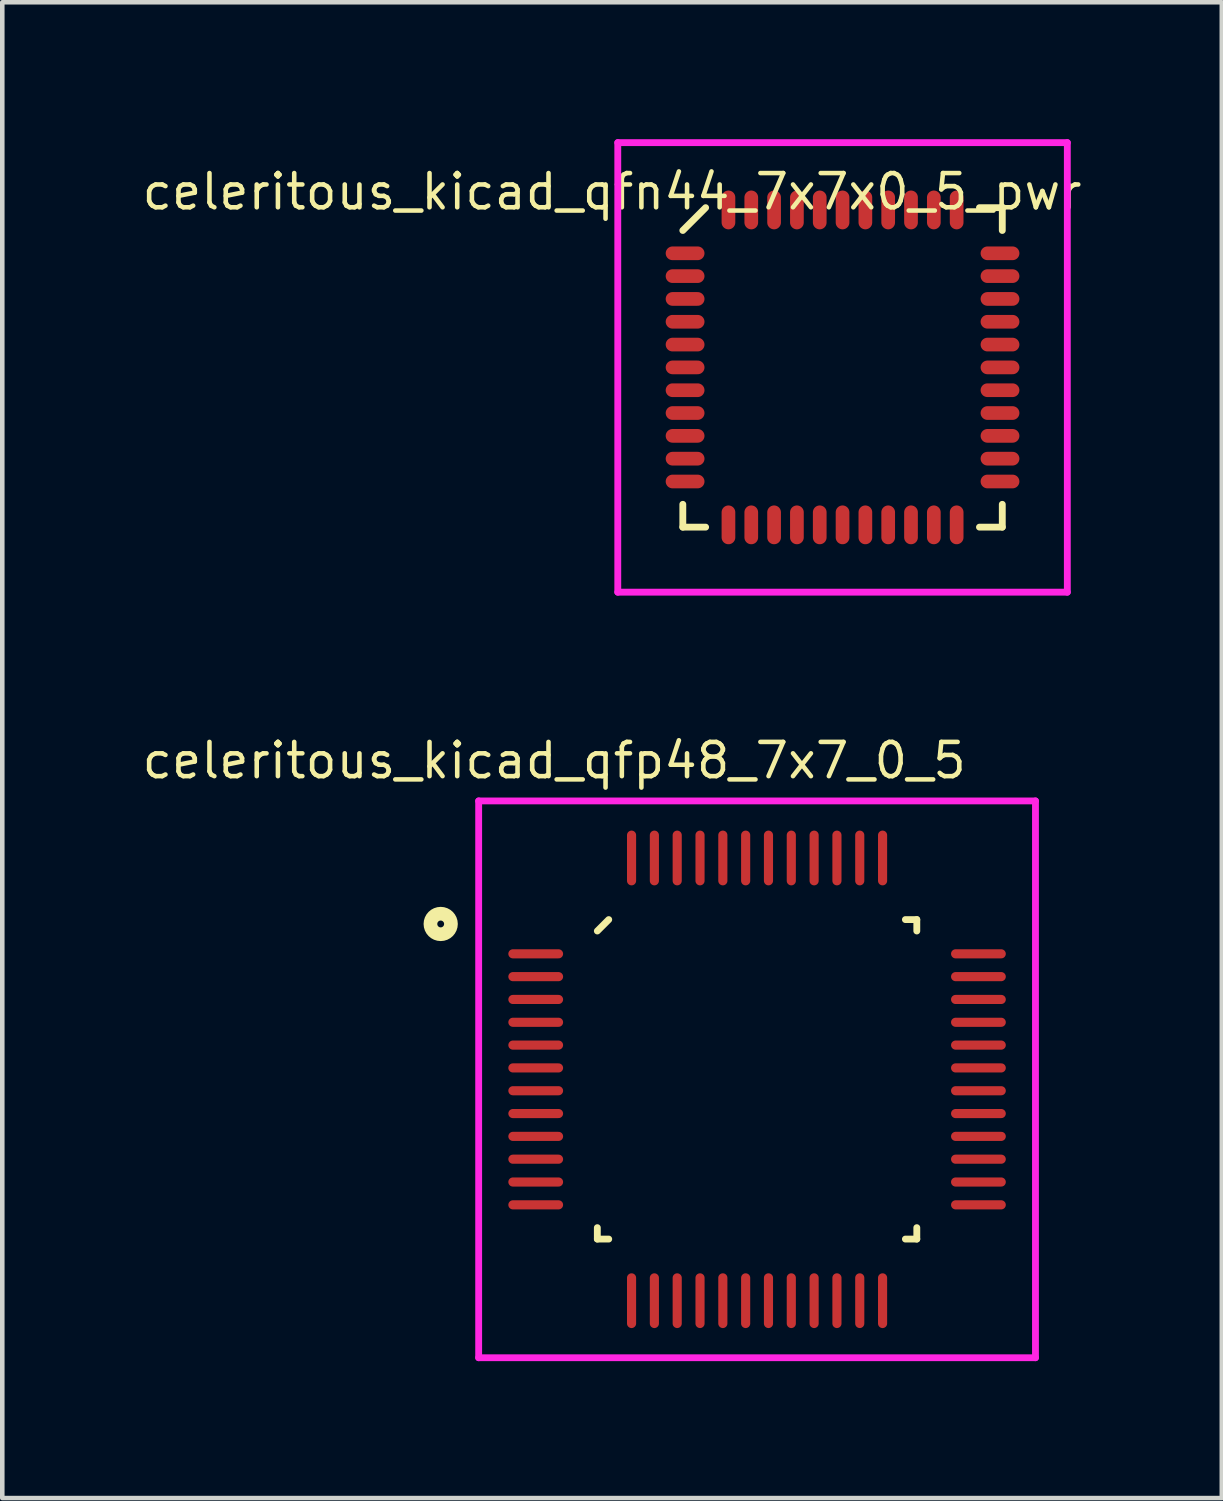
<source format=kicad_pcb>
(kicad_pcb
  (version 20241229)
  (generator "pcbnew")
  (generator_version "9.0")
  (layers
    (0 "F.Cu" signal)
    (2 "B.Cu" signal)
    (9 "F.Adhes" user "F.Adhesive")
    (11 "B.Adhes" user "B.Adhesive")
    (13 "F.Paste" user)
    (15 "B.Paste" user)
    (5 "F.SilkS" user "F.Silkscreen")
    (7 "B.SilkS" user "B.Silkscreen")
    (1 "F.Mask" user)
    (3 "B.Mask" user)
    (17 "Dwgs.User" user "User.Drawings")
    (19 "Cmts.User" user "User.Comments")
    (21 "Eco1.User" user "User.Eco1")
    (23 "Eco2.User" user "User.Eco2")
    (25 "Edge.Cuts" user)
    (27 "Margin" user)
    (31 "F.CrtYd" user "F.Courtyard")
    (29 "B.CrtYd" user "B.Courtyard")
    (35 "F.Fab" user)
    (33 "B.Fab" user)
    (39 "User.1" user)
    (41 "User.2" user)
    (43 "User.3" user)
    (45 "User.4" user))
  (footprint "celeritous_kicad_qfn44_7x7x0_5_pwr"
    (layer "F.Cu")
    (at 15.411 5)
    (property "Reference" "celeritous_kicad_qfn44_7x7x0_5_pwr" (at -5.05 -3.85 0) (layer "F.SilkS") (effects (font (size 0.75 0.75) (thickness 0.1))))
    (attr through_hole)
    (fp_line (start -3.5 -3) (end -3 -3.5) (stroke (width 0.15) (type solid)) (layer "F.SilkS"))
    (fp_line (start -3.5 3.5) (end -3.5 3) (stroke (width 0.15) (type solid)) (layer "F.SilkS"))
    (fp_line (start -3 3.5) (end -3.5 3.5) (stroke (width 0.15) (type solid)) (layer "F.SilkS"))
    (fp_line (start 3 -3.5) (end 3.5 -3.5) (stroke (width 0.15) (type solid)) (layer "F.SilkS"))
    (fp_line (start 3 3.5) (end 3.5 3.5) (stroke (width 0.15) (type solid)) (layer "F.SilkS"))
    (fp_line (start 3.5 -3.5) (end 3.5 -3) (stroke (width 0.15) (type solid)) (layer "F.SilkS"))
    (fp_line (start 3.5 3.5) (end 3.5 3) (stroke (width 0.15) (type solid)) (layer "F.SilkS"))
    (fp_line (start -4.925 -4.925) (end 4.925 -4.925) (stroke (width 0.15) (type solid)) (layer "F.CrtYd"))
    (fp_line (start -4.925 4.925) (end -4.925 -4.925) (stroke (width 0.15) (type solid)) (layer "F.CrtYd"))
    (fp_line (start 4.925 -4.925) (end 4.925 4.925) (stroke (width 0.15) (type solid)) (layer "F.CrtYd"))
    (fp_line (start 4.925 4.925) (end -4.925 4.925) (stroke (width 0.15) (type solid)) (layer "F.CrtYd"))
    (pad "1" smd oval (at -3.45 -2.5 90) (size 0.3 0.85) (layers "F.Cu" "F.Mask" "F.Paste"))
    (pad "2" smd oval (at -3.45 -2 90) (size 0.3 0.85) (layers "F.Cu" "F.Mask" "F.Paste"))
    (pad "3" smd oval (at -3.45 -1.5 90) (size 0.3 0.85) (layers "F.Cu" "F.Mask" "F.Paste"))
    (pad "4" smd oval (at -3.45 -1 90) (size 0.3 0.85) (layers "F.Cu" "F.Mask" "F.Paste"))
    (pad "5" smd oval (at -3.45 -0.5 90) (size 0.3 0.85) (layers "F.Cu" "F.Mask" "F.Paste"))
    (pad "6" smd oval (at -3.45 0 90) (size 0.3 0.85) (layers "F.Cu" "F.Mask" "F.Paste"))
    (pad "7" smd oval (at -3.45 0.5 90) (size 0.3 0.85) (layers "F.Cu" "F.Mask" "F.Paste"))
    (pad "8" smd oval (at -3.45 1 90) (size 0.3 0.85) (layers "F.Cu" "F.Mask" "F.Paste"))
    (pad "9" smd oval (at -3.45 1.5 90) (size 0.3 0.85) (layers "F.Cu" "F.Mask" "F.Paste"))
    (pad "10" smd oval (at -3.45 2 90) (size 0.3 0.85) (layers "F.Cu" "F.Mask" "F.Paste"))
    (pad "11" smd oval (at -3.45 2.5 90) (size 0.3 0.85) (layers "F.Cu" "F.Mask" "F.Paste"))
    (pad "12" smd oval (at -2.5 3.45) (size 0.3 0.85) (layers "F.Cu" "F.Mask" "F.Paste"))
    (pad "13" smd oval (at -2 3.45) (size 0.3 0.85) (layers "F.Cu" "F.Mask" "F.Paste"))
    (pad "14" smd oval (at -1.5 3.45) (size 0.3 0.85) (layers "F.Cu" "F.Mask" "F.Paste"))
    (pad "15" smd oval (at -1 3.45) (size 0.3 0.85) (layers "F.Cu" "F.Mask" "F.Paste"))
    (pad "16" smd oval (at -0.5 3.45) (size 0.3 0.85) (layers "F.Cu" "F.Mask" "F.Paste"))
    (pad "17" smd oval (at 0 3.45) (size 0.3 0.85) (layers "F.Cu" "F.Mask" "F.Paste"))
    (pad "18" smd oval (at 0.5 3.45) (size 0.3 0.85) (layers "F.Cu" "F.Mask" "F.Paste"))
    (pad "19" smd oval (at 1 3.45) (size 0.3 0.85) (layers "F.Cu" "F.Mask" "F.Paste"))
    (pad "20" smd oval (at 1.5 3.45) (size 0.3 0.85) (layers "F.Cu" "F.Mask" "F.Paste"))
    (pad "21" smd oval (at 2 3.45) (size 0.3 0.85) (layers "F.Cu" "F.Mask" "F.Paste"))
    (pad "22" smd oval (at 2.5 3.45) (size 0.3 0.85) (layers "F.Cu" "F.Mask" "F.Paste"))
    (pad "23" smd oval (at 3.45 2.5 90) (size 0.3 0.85) (layers "F.Cu" "F.Mask" "F.Paste"))
    (pad "24" smd oval (at 3.45 2 90) (size 0.3 0.85) (layers "F.Cu" "F.Mask" "F.Paste"))
    (pad "25" smd oval (at 3.45 1.5 90) (size 0.3 0.85) (layers "F.Cu" "F.Mask" "F.Paste"))
    (pad "26" smd oval (at 3.45 1 90) (size 0.3 0.85) (layers "F.Cu" "F.Mask" "F.Paste"))
    (pad "27" smd oval (at 3.45 0.5 90) (size 0.3 0.85) (layers "F.Cu" "F.Mask" "F.Paste"))
    (pad "28" smd oval (at 3.45 0 90) (size 0.3 0.85) (layers "F.Cu" "F.Mask" "F.Paste"))
    (pad "29" smd oval (at 3.45 -0.5 90) (size 0.3 0.85) (layers "F.Cu" "F.Mask" "F.Paste"))
    (pad "30" smd oval (at 3.45 -1 90) (size 0.3 0.85) (layers "F.Cu" "F.Mask" "F.Paste"))
    (pad "31" smd oval (at 3.45 -1.5 90) (size 0.3 0.85) (layers "F.Cu" "F.Mask" "F.Paste"))
    (pad "32" smd oval (at 3.45 -2 90) (size 0.3 0.85) (layers "F.Cu" "F.Mask" "F.Paste"))
    (pad "33" smd oval (at 3.45 -2.5 90) (size 0.3 0.85) (layers "F.Cu" "F.Mask" "F.Paste"))
    (pad "34" smd oval (at 2.5 -3.45) (size 0.3 0.85) (layers "F.Cu" "F.Mask" "F.Paste"))
    (pad "35" smd oval (at 2 -3.45) (size 0.3 0.85) (layers "F.Cu" "F.Mask" "F.Paste"))
    (pad "36" smd oval (at 1.5 -3.45) (size 0.3 0.85) (layers "F.Cu" "F.Mask" "F.Paste"))
    (pad "37" smd oval (at 1 -3.45) (size 0.3 0.85) (layers "F.Cu" "F.Mask" "F.Paste"))
    (pad "38" smd oval (at 0.5 -3.45) (size 0.3 0.85) (layers "F.Cu" "F.Mask" "F.Paste"))
    (pad "39" smd oval (at 0 -3.45) (size 0.3 0.85) (layers "F.Cu" "F.Mask" "F.Paste"))
    (pad "40" smd oval (at -0.5 -3.45) (size 0.3 0.85) (layers "F.Cu" "F.Mask" "F.Paste"))
    (pad "41" smd oval (at -1 -3.45) (size 0.3 0.85) (layers "F.Cu" "F.Mask" "F.Paste"))
    (pad "42" smd oval (at -1.5 -3.45) (size 0.3 0.85) (layers "F.Cu" "F.Mask" "F.Paste"))
    (pad "43" smd oval (at -2 -3.45) (size 0.3 0.85) (layers "F.Cu" "F.Mask" "F.Paste"))
    (pad "44" smd oval (at -2.5 -3.45) (size 0.3 0.85) (layers "F.Cu" "F.Mask" "F.Paste")))
  (footprint "celeritous_kicad_qfp48_7x7_0_5"
    (layer "F.Cu")
    (at 13.538 20.599)
    (property "Reference" "celeritous_kicad_qfp48_7x7_0_5" (at -4.445 -6.985 0) (layer "F.SilkS") (effects (font (size 0.75 0.75) (thickness 0.1))))
    (attr through_hole)
    (fp_line (start -3.5 -3.25) (end -3.25 -3.5) (stroke (width 0.15) (type solid)) (layer "F.SilkS"))
    (fp_line (start -3.5 3.5) (end -3.5 3.25) (stroke (width 0.15) (type solid)) (layer "F.SilkS"))
    (fp_line (start -3.25 3.5) (end -3.5 3.5) (stroke (width 0.15) (type solid)) (layer "F.SilkS"))
    (fp_line (start 3.25 -3.5) (end 3.5 -3.5) (stroke (width 0.15) (type solid)) (layer "F.SilkS"))
    (fp_line (start 3.25 3.5) (end 3.5 3.5) (stroke (width 0.15) (type solid)) (layer "F.SilkS"))
    (fp_line (start 3.5 -3.5) (end 3.5 -3.25) (stroke (width 0.15) (type solid)) (layer "F.SilkS"))
    (fp_line (start 3.5 3.5) (end 3.5 3.25) (stroke (width 0.15) (type solid)) (layer "F.SilkS"))
    (fp_circle (center -6.932 -3.404) (end -6.708 -3.424) (stroke (width 0.3) (type solid)) (fill no) (layer "F.SilkS"))
    (fp_line (start -6.1 -6.1) (end 6.1 -6.1) (stroke (width 0.15) (type solid)) (layer "F.CrtYd"))
    (fp_line (start -6.1 6.1) (end -6.1 -6.1) (stroke (width 0.15) (type solid)) (layer "F.CrtYd"))
    (fp_line (start 6.1 -6.1) (end 6.1 6.1) (stroke (width 0.15) (type solid)) (layer "F.CrtYd"))
    (fp_line (start 6.1 6.1) (end -6.1 6.1) (stroke (width 0.15) (type solid)) (layer "F.CrtYd"))
    (pad "1" smd oval (at -4.85 -2.75 90) (size 0.2 1.2) (layers "F.Cu" "F.Mask" "F.Paste"))
    (pad "2" smd oval (at -4.85 -2.25 90) (size 0.2 1.2) (layers "F.Cu" "F.Mask" "F.Paste"))
    (pad "3" smd oval (at -4.85 -1.75 90) (size 0.2 1.2) (layers "F.Cu" "F.Mask" "F.Paste"))
    (pad "4" smd oval (at -4.85 -1.25 90) (size 0.2 1.2) (layers "F.Cu" "F.Mask" "F.Paste"))
    (pad "5" smd oval (at -4.85 -0.75 90) (size 0.2 1.2) (layers "F.Cu" "F.Mask" "F.Paste"))
    (pad "6" smd oval (at -4.85 -0.25 90) (size 0.2 1.2) (layers "F.Cu" "F.Mask" "F.Paste"))
    (pad "7" smd oval (at -4.85 0.25 90) (size 0.2 1.2) (layers "F.Cu" "F.Mask" "F.Paste"))
    (pad "8" smd oval (at -4.85 0.75 90) (size 0.2 1.2) (layers "F.Cu" "F.Mask" "F.Paste"))
    (pad "9" smd oval (at -4.85 1.25 90) (size 0.2 1.2) (layers "F.Cu" "F.Mask" "F.Paste"))
    (pad "10" smd oval (at -4.85 1.75 90) (size 0.2 1.2) (layers "F.Cu" "F.Mask" "F.Paste"))
    (pad "11" smd oval (at -4.85 2.25 90) (size 0.2 1.2) (layers "F.Cu" "F.Mask" "F.Paste"))
    (pad "12" smd oval (at -4.85 2.75 90) (size 0.2 1.2) (layers "F.Cu" "F.Mask" "F.Paste"))
    (pad "13" smd oval (at -2.75 4.85) (size 0.2 1.2) (layers "F.Cu" "F.Mask" "F.Paste"))
    (pad "14" smd oval (at -2.25 4.85) (size 0.2 1.2) (layers "F.Cu" "F.Mask" "F.Paste"))
    (pad "15" smd oval (at -1.75 4.85) (size 0.2 1.2) (layers "F.Cu" "F.Mask" "F.Paste"))
    (pad "16" smd oval (at -1.25 4.85) (size 0.2 1.2) (layers "F.Cu" "F.Mask" "F.Paste"))
    (pad "17" smd oval (at -0.75 4.85) (size 0.2 1.2) (layers "F.Cu" "F.Mask" "F.Paste"))
    (pad "18" smd oval (at -0.25 4.85) (size 0.2 1.2) (layers "F.Cu" "F.Mask" "F.Paste"))
    (pad "19" smd oval (at 0.25 4.85) (size 0.2 1.2) (layers "F.Cu" "F.Mask" "F.Paste"))
    (pad "20" smd oval (at 0.75 4.85) (size 0.2 1.2) (layers "F.Cu" "F.Mask" "F.Paste"))
    (pad "21" smd oval (at 1.25 4.85) (size 0.2 1.2) (layers "F.Cu" "F.Mask" "F.Paste"))
    (pad "22" smd oval (at 1.75 4.85) (size 0.2 1.2) (layers "F.Cu" "F.Mask" "F.Paste"))
    (pad "23" smd oval (at 2.25 4.85) (size 0.2 1.2) (layers "F.Cu" "F.Mask" "F.Paste"))
    (pad "24" smd oval (at 2.75 4.85) (size 0.2 1.2) (layers "F.Cu" "F.Mask" "F.Paste"))
    (pad "25" smd oval (at 4.85 2.75 90) (size 0.2 1.2) (layers "F.Cu" "F.Mask" "F.Paste"))
    (pad "26" smd oval (at 4.85 2.25 90) (size 0.2 1.2) (layers "F.Cu" "F.Mask" "F.Paste"))
    (pad "27" smd oval (at 4.85 1.75 90) (size 0.2 1.2) (layers "F.Cu" "F.Mask" "F.Paste"))
    (pad "28" smd oval (at 4.85 1.25 90) (size 0.2 1.2) (layers "F.Cu" "F.Mask" "F.Paste"))
    (pad "29" smd oval (at 4.85 0.75 90) (size 0.2 1.2) (layers "F.Cu" "F.Mask" "F.Paste"))
    (pad "30" smd oval (at 4.85 0.25 90) (size 0.2 1.2) (layers "F.Cu" "F.Mask" "F.Paste"))
    (pad "31" smd oval (at 4.85 -0.25 90) (size 0.2 1.2) (layers "F.Cu" "F.Mask" "F.Paste"))
    (pad "32" smd oval (at 4.85 -0.75 90) (size 0.2 1.2) (layers "F.Cu" "F.Mask" "F.Paste"))
    (pad "33" smd oval (at 4.85 -1.25 90) (size 0.2 1.2) (layers "F.Cu" "F.Mask" "F.Paste"))
    (pad "34" smd oval (at 4.85 -1.75 90) (size 0.2 1.2) (layers "F.Cu" "F.Mask" "F.Paste"))
    (pad "35" smd oval (at 4.85 -2.25 90) (size 0.2 1.2) (layers "F.Cu" "F.Mask" "F.Paste"))
    (pad "36" smd oval (at 4.85 -2.75 90) (size 0.2 1.2) (layers "F.Cu" "F.Mask" "F.Paste"))
    (pad "37" smd oval (at 2.75 -4.85) (size 0.2 1.2) (layers "F.Cu" "F.Mask" "F.Paste"))
    (pad "38" smd oval (at 2.25 -4.85) (size 0.2 1.2) (layers "F.Cu" "F.Mask" "F.Paste"))
    (pad "39" smd oval (at 1.75 -4.85) (size 0.2 1.2) (layers "F.Cu" "F.Mask" "F.Paste"))
    (pad "40" smd oval (at 1.25 -4.85) (size 0.2 1.2) (layers "F.Cu" "F.Mask" "F.Paste"))
    (pad "41" smd oval (at 0.75 -4.85) (size 0.2 1.2) (layers "F.Cu" "F.Mask" "F.Paste"))
    (pad "42" smd oval (at 0.25 -4.85) (size 0.2 1.2) (layers "F.Cu" "F.Mask" "F.Paste"))
    (pad "43" smd oval (at -0.25 -4.85) (size 0.2 1.2) (layers "F.Cu" "F.Mask" "F.Paste"))
    (pad "44" smd oval (at -0.75 -4.85) (size 0.2 1.2) (layers "F.Cu" "F.Mask" "F.Paste"))
    (pad "45" smd oval (at -1.25 -4.85) (size 0.2 1.2) (layers "F.Cu" "F.Mask" "F.Paste"))
    (pad "46" smd oval (at -1.75 -4.85) (size 0.2 1.2) (layers "F.Cu" "F.Mask" "F.Paste"))
    (pad "47" smd oval (at -2.25 -4.85) (size 0.2 1.2) (layers "F.Cu" "F.Mask" "F.Paste"))
    (pad "48" smd oval (at -2.75 -4.85) (size 0.2 1.2) (layers "F.Cu" "F.Mask" "F.Paste")))
  (gr_rect
    (start -3 -3)
    (end 23.721 29.774)
    (stroke (width 0.1) (type default))
    (fill no)
    (layer "Edge.Cuts")))
</source>
